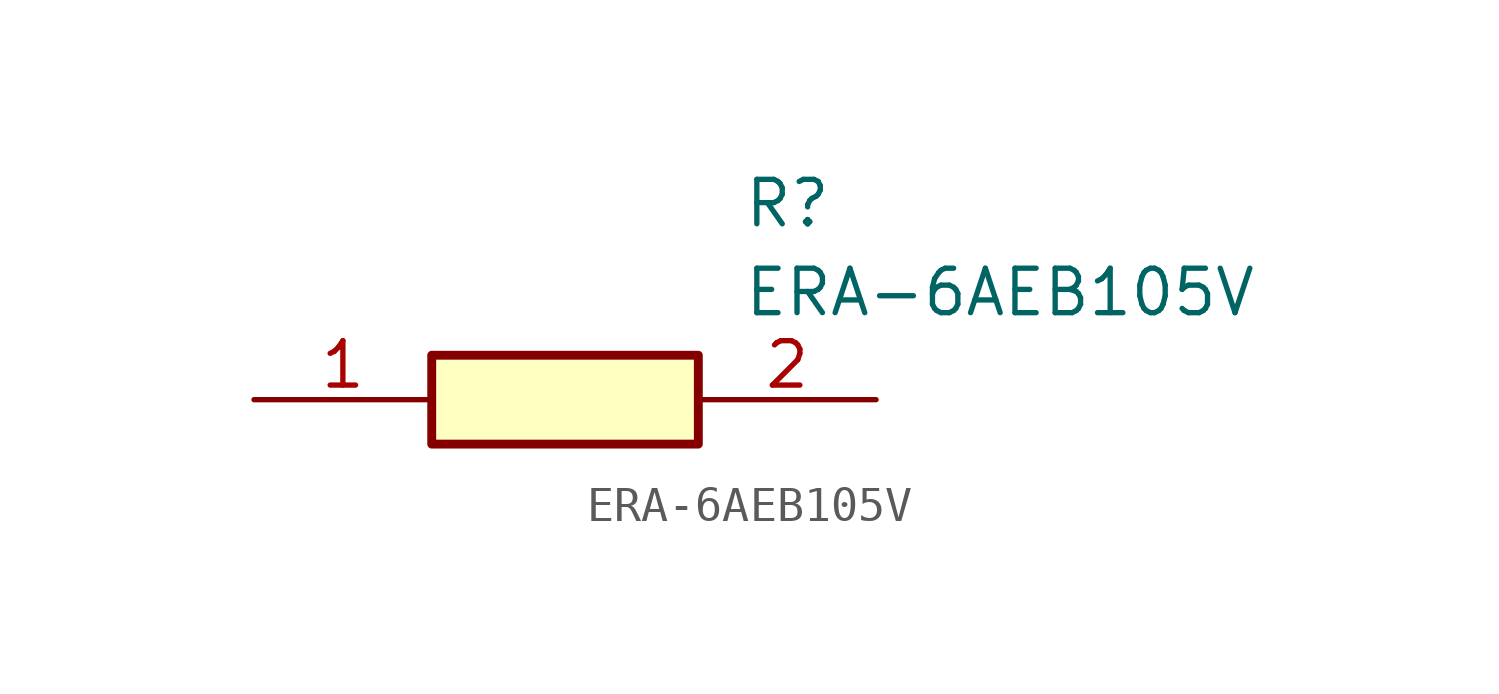
<source format=kicad_sym>
(kicad_symbol_lib
  (version 20211014)
  (generator SamacSys_ECAD_Model)
  (symbol "ERA-6AEB105V"
    (pin_names hide)
    (property "Reference" "R"
      (at 13.97 6.35 0)
      (effects (font (size 1.27 1.27)) (justify left top)))
    (property "Value" "ERA-6AEB105V"
      (at 13.97 3.81 0)
      (effects (font (size 1.27 1.27)) (justify left top)))
    (rectangle
      (start 5.08 1.27)
      (end 12.7 -1.27)
      (stroke (width 0.254) (type default))
      (fill (type background)))
    (pin passive line
      (at 0 0 0)
      (length 5.08)
      (name "1" (effects (font (size 1.27 1.27))))
      (number "1" (effects (font (size 1.27 1.27)))))
    (pin passive line
      (at 17.78 0 180)
      (length 5.08)
      (name "2" (effects (font (size 1.27 1.27))))
      (number "2" (effects (font (size 1.27 1.27)))))))
</source>
